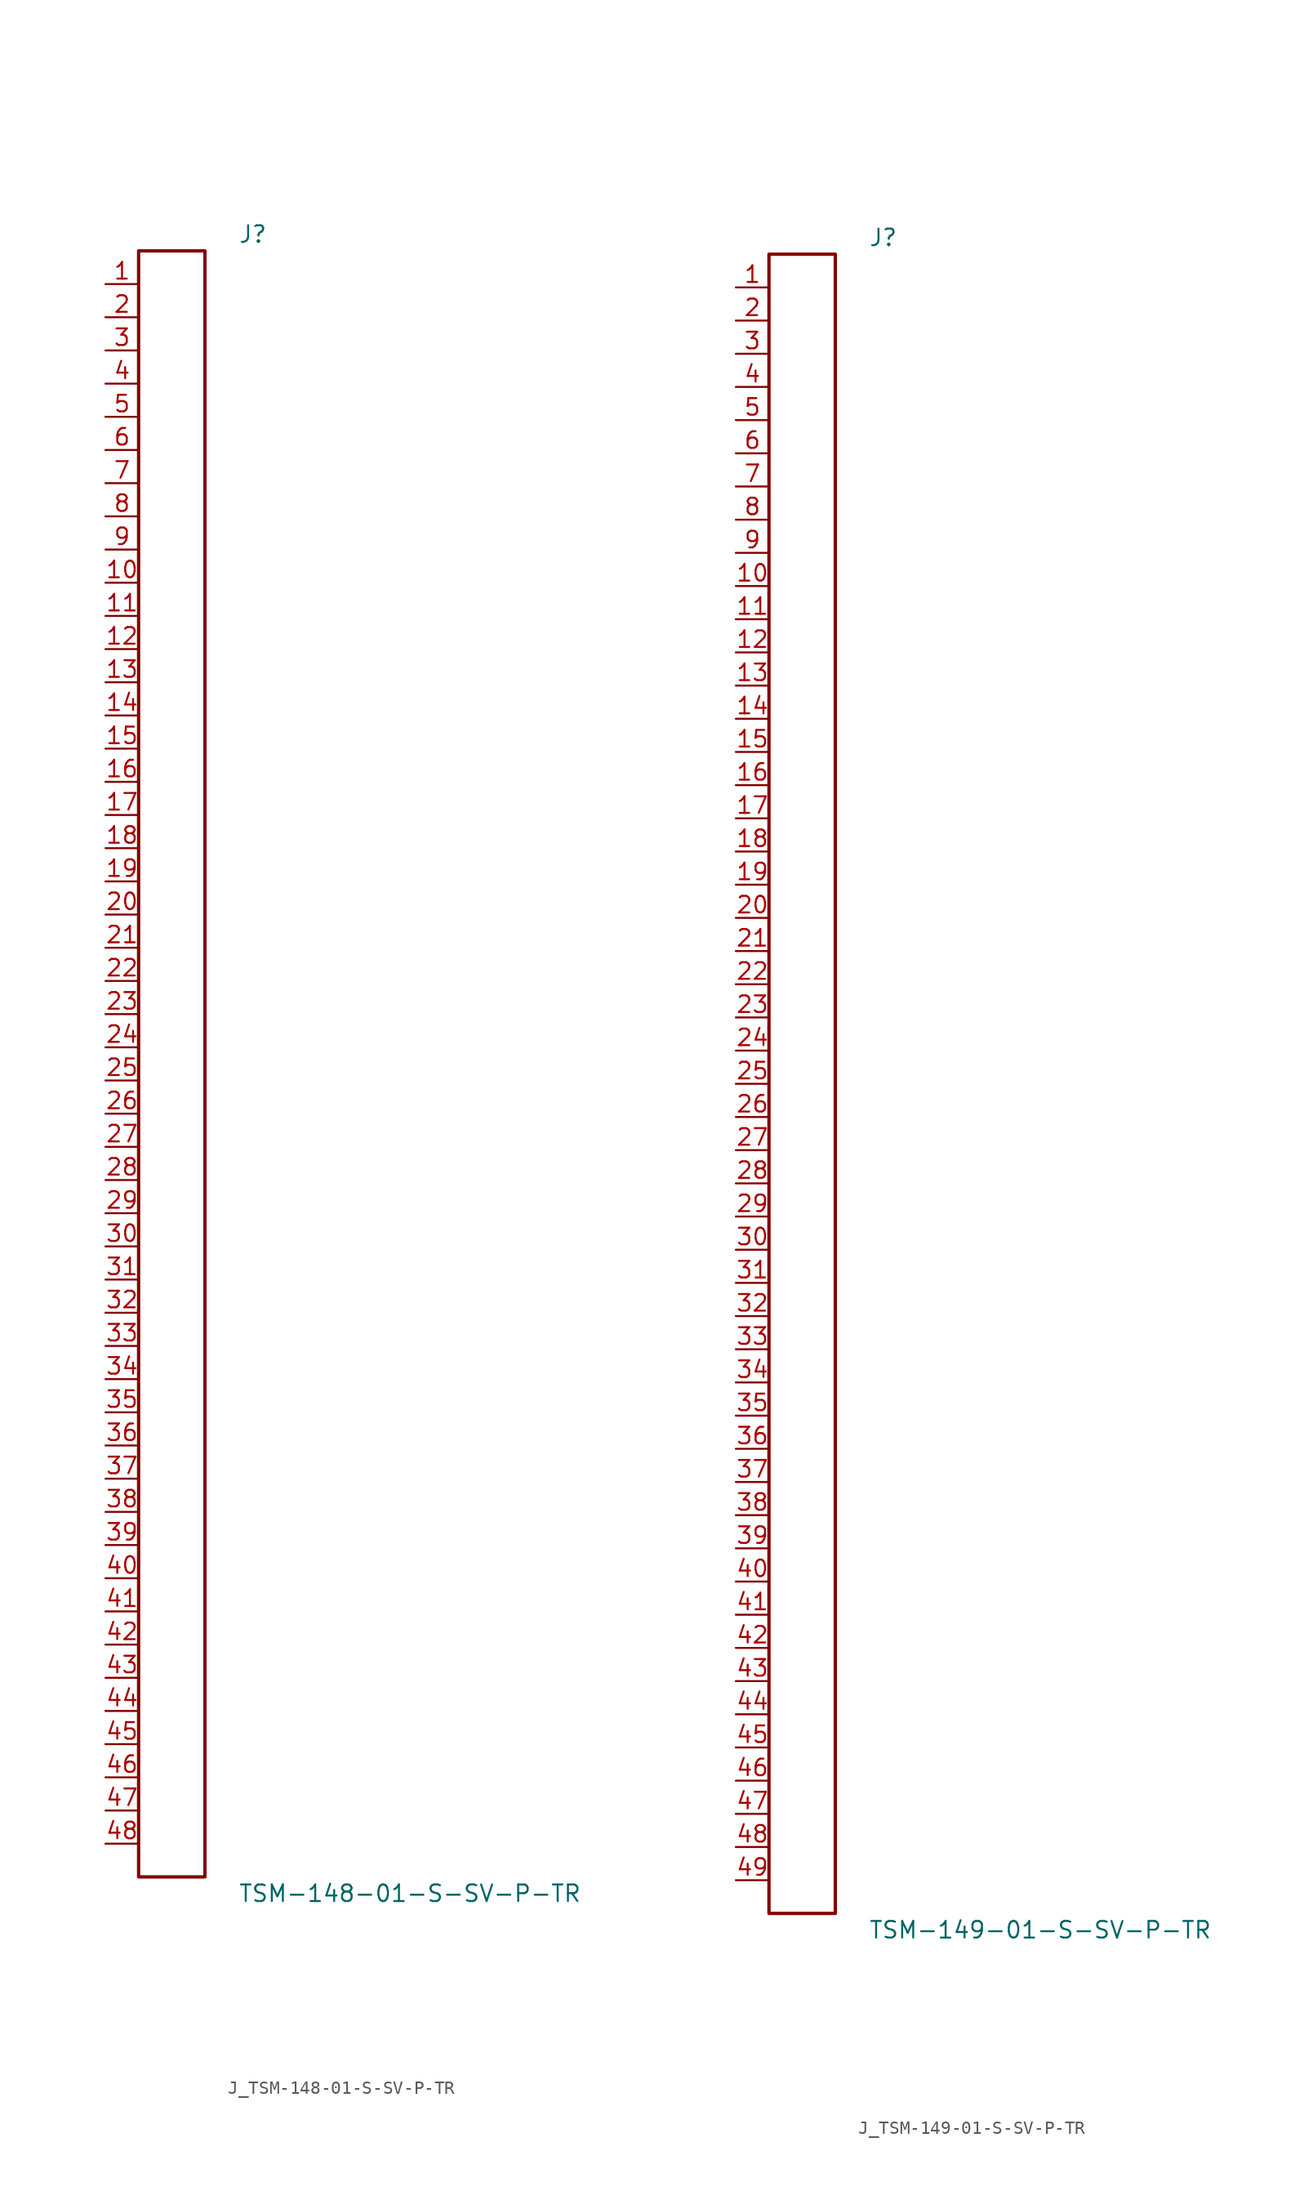
<source format=kicad_sym>
(kicad_symbol_lib
  (version 20231120)
  (generator kicad_symbol_editor)
  (generator_version 8.0)
  (symbol "J_TSM-148-01-S-SV-P-TR"
    (pin_names
      (offset 0.254))
    (property "Reference" "J"
      (at 5.08 63.5 0)
      (effects (font (size 1.27 1.27)) (justify left)))
    (property "Value" "TSM-148-01-S-SV-P-TR"
      (at 5.08 -63.5 0)
      (effects (font (size 1.27 1.27)) (justify left)))
    (symbol "J_TSM-148-01-S-SV-P-TR_0_0"
      (pin unspecified line (at -5.08 59.69 0) (length 2.54) (name "" (effects (font (size 1.27 1.27)))) (number "1" (effects (font (size 1.27 1.27)))))
      (pin unspecified line (at -5.08 57.15 0) (length 2.54) (name "" (effects (font (size 1.27 1.27)))) (number "2" (effects (font (size 1.27 1.27)))))
      (pin unspecified line (at -5.08 54.61 0) (length 2.54) (name "" (effects (font (size 1.27 1.27)))) (number "3" (effects (font (size 1.27 1.27)))))
      (pin unspecified line (at -5.08 52.07 0) (length 2.54) (name "" (effects (font (size 1.27 1.27)))) (number "4" (effects (font (size 1.27 1.27)))))
      (pin unspecified line (at -5.08 49.53 0) (length 2.54) (name "" (effects (font (size 1.27 1.27)))) (number "5" (effects (font (size 1.27 1.27)))))
      (pin unspecified line (at -5.08 46.99 0) (length 2.54) (name "" (effects (font (size 1.27 1.27)))) (number "6" (effects (font (size 1.27 1.27)))))
      (pin unspecified line (at -5.08 44.45 0) (length 2.54) (name "" (effects (font (size 1.27 1.27)))) (number "7" (effects (font (size 1.27 1.27)))))
      (pin unspecified line (at -5.08 41.91 0) (length 2.54) (name "" (effects (font (size 1.27 1.27)))) (number "8" (effects (font (size 1.27 1.27)))))
      (pin unspecified line (at -5.08 39.37 0) (length 2.54) (name "" (effects (font (size 1.27 1.27)))) (number "9" (effects (font (size 1.27 1.27)))))
      (pin unspecified line (at -5.08 36.83 0) (length 2.54) (name "" (effects (font (size 1.27 1.27)))) (number "10" (effects (font (size 1.27 1.27)))))
      (pin unspecified line (at -5.08 34.29 0) (length 2.54) (name "" (effects (font (size 1.27 1.27)))) (number "11" (effects (font (size 1.27 1.27)))))
      (pin unspecified line (at -5.08 31.75 0) (length 2.54) (name "" (effects (font (size 1.27 1.27)))) (number "12" (effects (font (size 1.27 1.27)))))
      (pin unspecified line (at -5.08 29.21 0) (length 2.54) (name "" (effects (font (size 1.27 1.27)))) (number "13" (effects (font (size 1.27 1.27)))))
      (pin unspecified line (at -5.08 26.67 0) (length 2.54) (name "" (effects (font (size 1.27 1.27)))) (number "14" (effects (font (size 1.27 1.27)))))
      (pin unspecified line (at -5.08 24.13 0) (length 2.54) (name "" (effects (font (size 1.27 1.27)))) (number "15" (effects (font (size 1.27 1.27)))))
      (pin unspecified line (at -5.08 21.59 0) (length 2.54) (name "" (effects (font (size 1.27 1.27)))) (number "16" (effects (font (size 1.27 1.27)))))
      (pin unspecified line (at -5.08 19.05 0) (length 2.54) (name "" (effects (font (size 1.27 1.27)))) (number "17" (effects (font (size 1.27 1.27)))))
      (pin unspecified line (at -5.08 16.51 0) (length 2.54) (name "" (effects (font (size 1.27 1.27)))) (number "18" (effects (font (size 1.27 1.27)))))
      (pin unspecified line (at -5.08 13.97 0) (length 2.54) (name "" (effects (font (size 1.27 1.27)))) (number "19" (effects (font (size 1.27 1.27)))))
      (pin unspecified line (at -5.08 11.43 0) (length 2.54) (name "" (effects (font (size 1.27 1.27)))) (number "20" (effects (font (size 1.27 1.27)))))
      (pin unspecified line (at -5.08 8.89 0) (length 2.54) (name "" (effects (font (size 1.27 1.27)))) (number "21" (effects (font (size 1.27 1.27)))))
      (pin unspecified line (at -5.08 6.35 0) (length 2.54) (name "" (effects (font (size 1.27 1.27)))) (number "22" (effects (font (size 1.27 1.27)))))
      (pin unspecified line (at -5.08 3.81 0) (length 2.54) (name "" (effects (font (size 1.27 1.27)))) (number "23" (effects (font (size 1.27 1.27)))))
      (pin unspecified line (at -5.08 1.27 0) (length 2.54) (name "" (effects (font (size 1.27 1.27)))) (number "24" (effects (font (size 1.27 1.27)))))
      (pin unspecified line (at -5.08 -1.27 0) (length 2.54) (name "" (effects (font (size 1.27 1.27)))) (number "25" (effects (font (size 1.27 1.27)))))
      (pin unspecified line (at -5.08 -3.81 0) (length 2.54) (name "" (effects (font (size 1.27 1.27)))) (number "26" (effects (font (size 1.27 1.27)))))
      (pin unspecified line (at -5.08 -6.35 0) (length 2.54) (name "" (effects (font (size 1.27 1.27)))) (number "27" (effects (font (size 1.27 1.27)))))
      (pin unspecified line (at -5.08 -8.89 0) (length 2.54) (name "" (effects (font (size 1.27 1.27)))) (number "28" (effects (font (size 1.27 1.27)))))
      (pin unspecified line (at -5.08 -11.43 0) (length 2.54) (name "" (effects (font (size 1.27 1.27)))) (number "29" (effects (font (size 1.27 1.27)))))
      (pin unspecified line (at -5.08 -13.97 0) (length 2.54) (name "" (effects (font (size 1.27 1.27)))) (number "30" (effects (font (size 1.27 1.27)))))
      (pin unspecified line (at -5.08 -16.51 0) (length 2.54) (name "" (effects (font (size 1.27 1.27)))) (number "31" (effects (font (size 1.27 1.27)))))
      (pin unspecified line (at -5.08 -19.05 0) (length 2.54) (name "" (effects (font (size 1.27 1.27)))) (number "32" (effects (font (size 1.27 1.27)))))
      (pin unspecified line (at -5.08 -21.59 0) (length 2.54) (name "" (effects (font (size 1.27 1.27)))) (number "33" (effects (font (size 1.27 1.27)))))
      (pin unspecified line (at -5.08 -24.13 0) (length 2.54) (name "" (effects (font (size 1.27 1.27)))) (number "34" (effects (font (size 1.27 1.27)))))
      (pin unspecified line (at -5.08 -26.67 0) (length 2.54) (name "" (effects (font (size 1.27 1.27)))) (number "35" (effects (font (size 1.27 1.27)))))
      (pin unspecified line (at -5.08 -29.21 0) (length 2.54) (name "" (effects (font (size 1.27 1.27)))) (number "36" (effects (font (size 1.27 1.27)))))
      (pin unspecified line (at -5.08 -31.75 0) (length 2.54) (name "" (effects (font (size 1.27 1.27)))) (number "37" (effects (font (size 1.27 1.27)))))
      (pin unspecified line (at -5.08 -34.29 0) (length 2.54) (name "" (effects (font (size 1.27 1.27)))) (number "38" (effects (font (size 1.27 1.27)))))
      (pin unspecified line (at -5.08 -36.83 0) (length 2.54) (name "" (effects (font (size 1.27 1.27)))) (number "39" (effects (font (size 1.27 1.27)))))
      (pin unspecified line (at -5.08 -39.37 0) (length 2.54) (name "" (effects (font (size 1.27 1.27)))) (number "40" (effects (font (size 1.27 1.27)))))
      (pin unspecified line (at -5.08 -41.91 0) (length 2.54) (name "" (effects (font (size 1.27 1.27)))) (number "41" (effects (font (size 1.27 1.27)))))
      (pin unspecified line (at -5.08 -44.45 0) (length 2.54) (name "" (effects (font (size 1.27 1.27)))) (number "42" (effects (font (size 1.27 1.27)))))
      (pin unspecified line (at -5.08 -46.99 0) (length 2.54) (name "" (effects (font (size 1.27 1.27)))) (number "43" (effects (font (size 1.27 1.27)))))
      (pin unspecified line (at -5.08 -49.53 0) (length 2.54) (name "" (effects (font (size 1.27 1.27)))) (number "44" (effects (font (size 1.27 1.27)))))
      (pin unspecified line (at -5.08 -52.07 0) (length 2.54) (name "" (effects (font (size 1.27 1.27)))) (number "45" (effects (font (size 1.27 1.27)))))
      (pin unspecified line (at -5.08 -54.61 0) (length 2.54) (name "" (effects (font (size 1.27 1.27)))) (number "46" (effects (font (size 1.27 1.27)))))
      (pin unspecified line (at -5.08 -57.15 0) (length 2.54) (name "" (effects (font (size 1.27 1.27)))) (number "47" (effects (font (size 1.27 1.27)))))
      (pin unspecified line (at -5.08 -59.69 0) (length 2.54) (name "" (effects (font (size 1.27 1.27)))) (number "48" (effects (font (size 1.27 1.27))))))
    (symbol "J_TSM-148-01-S-SV-P-TR_1_0"
      (rectangle (start -2.54 62.23) (end 2.54 -62.23) (stroke (width 0.254) (type solid)) (fill (type none)))))
  (symbol "J_TSM-149-01-S-SV-P-TR"
    (pin_names
      (offset 0.254))
    (property "Reference" "J"
      (at 5.08 64.77 0)
      (effects (font (size 1.27 1.27)) (justify left)))
    (property "Value" "TSM-149-01-S-SV-P-TR"
      (at 5.08 -64.77 0)
      (effects (font (size 1.27 1.27)) (justify left)))
    (symbol "J_TSM-149-01-S-SV-P-TR_0_0"
      (pin unspecified line (at -5.08 60.96 0) (length 2.54) (name "" (effects (font (size 1.27 1.27)))) (number "1" (effects (font (size 1.27 1.27)))))
      (pin unspecified line (at -5.08 58.42 0) (length 2.54) (name "" (effects (font (size 1.27 1.27)))) (number "2" (effects (font (size 1.27 1.27)))))
      (pin unspecified line (at -5.08 55.88 0) (length 2.54) (name "" (effects (font (size 1.27 1.27)))) (number "3" (effects (font (size 1.27 1.27)))))
      (pin unspecified line (at -5.08 53.34 0) (length 2.54) (name "" (effects (font (size 1.27 1.27)))) (number "4" (effects (font (size 1.27 1.27)))))
      (pin unspecified line (at -5.08 50.8 0) (length 2.54) (name "" (effects (font (size 1.27 1.27)))) (number "5" (effects (font (size 1.27 1.27)))))
      (pin unspecified line (at -5.08 48.26 0) (length 2.54) (name "" (effects (font (size 1.27 1.27)))) (number "6" (effects (font (size 1.27 1.27)))))
      (pin unspecified line (at -5.08 45.72 0) (length 2.54) (name "" (effects (font (size 1.27 1.27)))) (number "7" (effects (font (size 1.27 1.27)))))
      (pin unspecified line (at -5.08 43.18 0) (length 2.54) (name "" (effects (font (size 1.27 1.27)))) (number "8" (effects (font (size 1.27 1.27)))))
      (pin unspecified line (at -5.08 40.64 0) (length 2.54) (name "" (effects (font (size 1.27 1.27)))) (number "9" (effects (font (size 1.27 1.27)))))
      (pin unspecified line (at -5.08 38.1 0) (length 2.54) (name "" (effects (font (size 1.27 1.27)))) (number "10" (effects (font (size 1.27 1.27)))))
      (pin unspecified line (at -5.08 35.56 0) (length 2.54) (name "" (effects (font (size 1.27 1.27)))) (number "11" (effects (font (size 1.27 1.27)))))
      (pin unspecified line (at -5.08 33.02 0) (length 2.54) (name "" (effects (font (size 1.27 1.27)))) (number "12" (effects (font (size 1.27 1.27)))))
      (pin unspecified line (at -5.08 30.48 0) (length 2.54) (name "" (effects (font (size 1.27 1.27)))) (number "13" (effects (font (size 1.27 1.27)))))
      (pin unspecified line (at -5.08 27.94 0) (length 2.54) (name "" (effects (font (size 1.27 1.27)))) (number "14" (effects (font (size 1.27 1.27)))))
      (pin unspecified line (at -5.08 25.4 0) (length 2.54) (name "" (effects (font (size 1.27 1.27)))) (number "15" (effects (font (size 1.27 1.27)))))
      (pin unspecified line (at -5.08 22.86 0) (length 2.54) (name "" (effects (font (size 1.27 1.27)))) (number "16" (effects (font (size 1.27 1.27)))))
      (pin unspecified line (at -5.08 20.32 0) (length 2.54) (name "" (effects (font (size 1.27 1.27)))) (number "17" (effects (font (size 1.27 1.27)))))
      (pin unspecified line (at -5.08 17.78 0) (length 2.54) (name "" (effects (font (size 1.27 1.27)))) (number "18" (effects (font (size 1.27 1.27)))))
      (pin unspecified line (at -5.08 15.24 0) (length 2.54) (name "" (effects (font (size 1.27 1.27)))) (number "19" (effects (font (size 1.27 1.27)))))
      (pin unspecified line (at -5.08 12.7 0) (length 2.54) (name "" (effects (font (size 1.27 1.27)))) (number "20" (effects (font (size 1.27 1.27)))))
      (pin unspecified line (at -5.08 10.16 0) (length 2.54) (name "" (effects (font (size 1.27 1.27)))) (number "21" (effects (font (size 1.27 1.27)))))
      (pin unspecified line (at -5.08 7.62 0) (length 2.54) (name "" (effects (font (size 1.27 1.27)))) (number "22" (effects (font (size 1.27 1.27)))))
      (pin unspecified line (at -5.08 5.08 0) (length 2.54) (name "" (effects (font (size 1.27 1.27)))) (number "23" (effects (font (size 1.27 1.27)))))
      (pin unspecified line (at -5.08 2.54 0) (length 2.54) (name "" (effects (font (size 1.27 1.27)))) (number "24" (effects (font (size 1.27 1.27)))))
      (pin unspecified line (at -5.08 0.0 0) (length 2.54) (name "" (effects (font (size 1.27 1.27)))) (number "25" (effects (font (size 1.27 1.27)))))
      (pin unspecified line (at -5.08 -2.54 0) (length 2.54) (name "" (effects (font (size 1.27 1.27)))) (number "26" (effects (font (size 1.27 1.27)))))
      (pin unspecified line (at -5.08 -5.08 0) (length 2.54) (name "" (effects (font (size 1.27 1.27)))) (number "27" (effects (font (size 1.27 1.27)))))
      (pin unspecified line (at -5.08 -7.62 0) (length 2.54) (name "" (effects (font (size 1.27 1.27)))) (number "28" (effects (font (size 1.27 1.27)))))
      (pin unspecified line (at -5.08 -10.16 0) (length 2.54) (name "" (effects (font (size 1.27 1.27)))) (number "29" (effects (font (size 1.27 1.27)))))
      (pin unspecified line (at -5.08 -12.7 0) (length 2.54) (name "" (effects (font (size 1.27 1.27)))) (number "30" (effects (font (size 1.27 1.27)))))
      (pin unspecified line (at -5.08 -15.24 0) (length 2.54) (name "" (effects (font (size 1.27 1.27)))) (number "31" (effects (font (size 1.27 1.27)))))
      (pin unspecified line (at -5.08 -17.78 0) (length 2.54) (name "" (effects (font (size 1.27 1.27)))) (number "32" (effects (font (size 1.27 1.27)))))
      (pin unspecified line (at -5.08 -20.32 0) (length 2.54) (name "" (effects (font (size 1.27 1.27)))) (number "33" (effects (font (size 1.27 1.27)))))
      (pin unspecified line (at -5.08 -22.86 0) (length 2.54) (name "" (effects (font (size 1.27 1.27)))) (number "34" (effects (font (size 1.27 1.27)))))
      (pin unspecified line (at -5.08 -25.4 0) (length 2.54) (name "" (effects (font (size 1.27 1.27)))) (number "35" (effects (font (size 1.27 1.27)))))
      (pin unspecified line (at -5.08 -27.94 0) (length 2.54) (name "" (effects (font (size 1.27 1.27)))) (number "36" (effects (font (size 1.27 1.27)))))
      (pin unspecified line (at -5.08 -30.48 0) (length 2.54) (name "" (effects (font (size 1.27 1.27)))) (number "37" (effects (font (size 1.27 1.27)))))
      (pin unspecified line (at -5.08 -33.02 0) (length 2.54) (name "" (effects (font (size 1.27 1.27)))) (number "38" (effects (font (size 1.27 1.27)))))
      (pin unspecified line (at -5.08 -35.56 0) (length 2.54) (name "" (effects (font (size 1.27 1.27)))) (number "39" (effects (font (size 1.27 1.27)))))
      (pin unspecified line (at -5.08 -38.1 0) (length 2.54) (name "" (effects (font (size 1.27 1.27)))) (number "40" (effects (font (size 1.27 1.27)))))
      (pin unspecified line (at -5.08 -40.64 0) (length 2.54) (name "" (effects (font (size 1.27 1.27)))) (number "41" (effects (font (size 1.27 1.27)))))
      (pin unspecified line (at -5.08 -43.18 0) (length 2.54) (name "" (effects (font (size 1.27 1.27)))) (number "42" (effects (font (size 1.27 1.27)))))
      (pin unspecified line (at -5.08 -45.72 0) (length 2.54) (name "" (effects (font (size 1.27 1.27)))) (number "43" (effects (font (size 1.27 1.27)))))
      (pin unspecified line (at -5.08 -48.26 0) (length 2.54) (name "" (effects (font (size 1.27 1.27)))) (number "44" (effects (font (size 1.27 1.27)))))
      (pin unspecified line (at -5.08 -50.8 0) (length 2.54) (name "" (effects (font (size 1.27 1.27)))) (number "45" (effects (font (size 1.27 1.27)))))
      (pin unspecified line (at -5.08 -53.34 0) (length 2.54) (name "" (effects (font (size 1.27 1.27)))) (number "46" (effects (font (size 1.27 1.27)))))
      (pin unspecified line (at -5.08 -55.88 0) (length 2.54) (name "" (effects (font (size 1.27 1.27)))) (number "47" (effects (font (size 1.27 1.27)))))
      (pin unspecified line (at -5.08 -58.42 0) (length 2.54) (name "" (effects (font (size 1.27 1.27)))) (number "48" (effects (font (size 1.27 1.27)))))
      (pin unspecified line (at -5.08 -60.96 0) (length 2.54) (name "" (effects (font (size 1.27 1.27)))) (number "49" (effects (font (size 1.27 1.27))))))
    (symbol "J_TSM-149-01-S-SV-P-TR_1_0"
      (rectangle (start -2.54 63.5) (end 2.54 -63.5) (stroke (width 0.254) (type solid)) (fill (type none))))))
</source>
